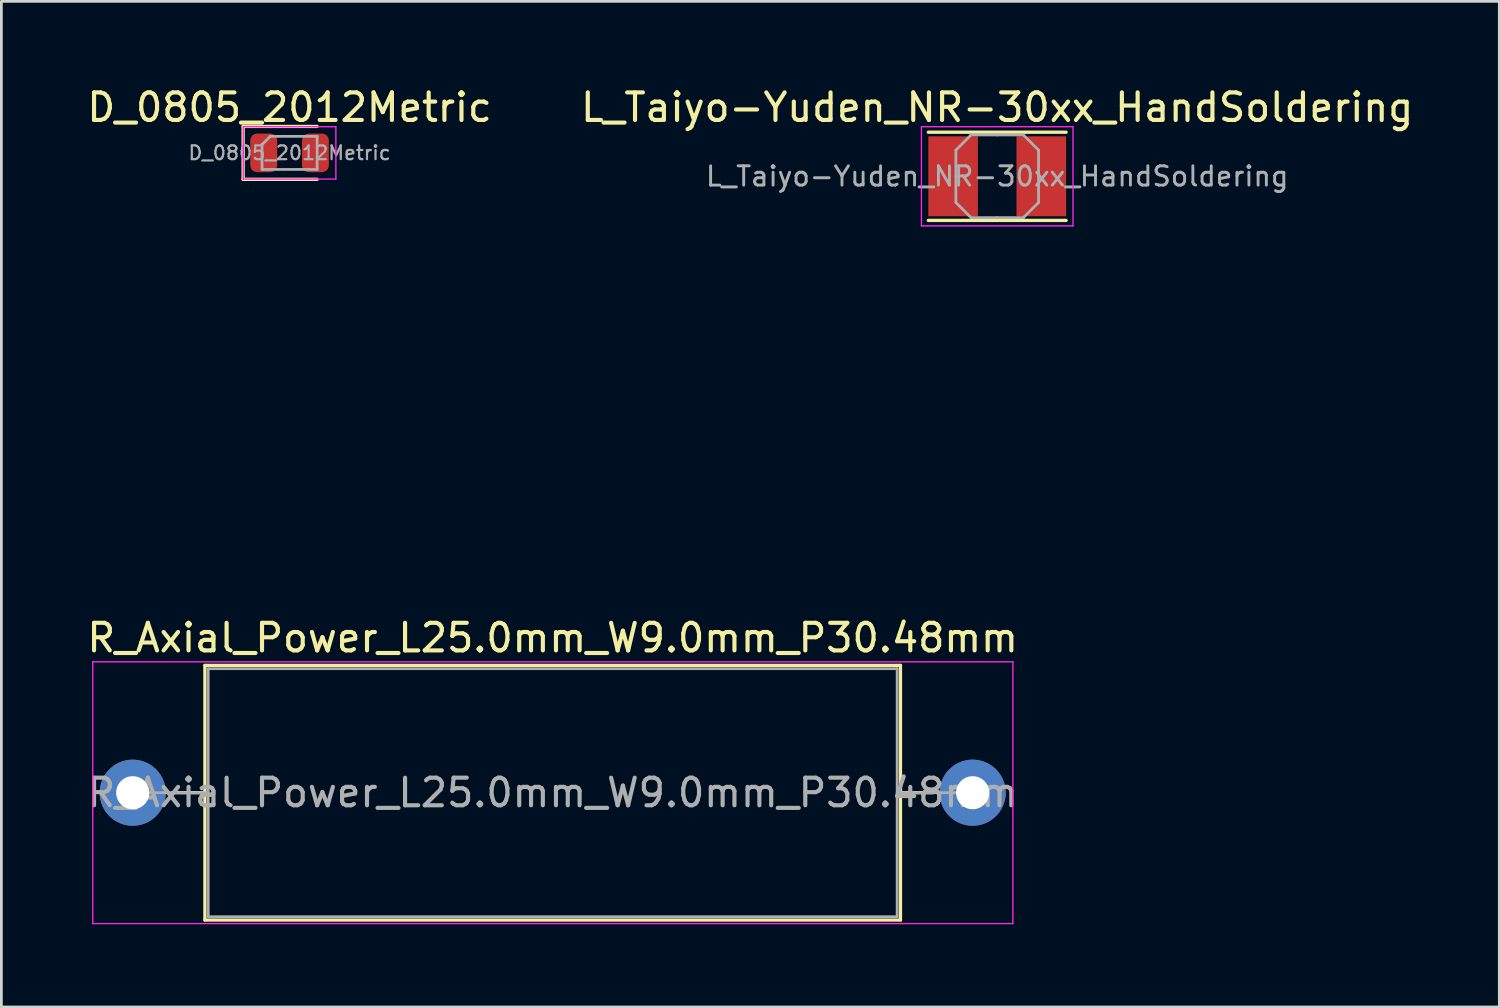
<source format=kicad_pcb>
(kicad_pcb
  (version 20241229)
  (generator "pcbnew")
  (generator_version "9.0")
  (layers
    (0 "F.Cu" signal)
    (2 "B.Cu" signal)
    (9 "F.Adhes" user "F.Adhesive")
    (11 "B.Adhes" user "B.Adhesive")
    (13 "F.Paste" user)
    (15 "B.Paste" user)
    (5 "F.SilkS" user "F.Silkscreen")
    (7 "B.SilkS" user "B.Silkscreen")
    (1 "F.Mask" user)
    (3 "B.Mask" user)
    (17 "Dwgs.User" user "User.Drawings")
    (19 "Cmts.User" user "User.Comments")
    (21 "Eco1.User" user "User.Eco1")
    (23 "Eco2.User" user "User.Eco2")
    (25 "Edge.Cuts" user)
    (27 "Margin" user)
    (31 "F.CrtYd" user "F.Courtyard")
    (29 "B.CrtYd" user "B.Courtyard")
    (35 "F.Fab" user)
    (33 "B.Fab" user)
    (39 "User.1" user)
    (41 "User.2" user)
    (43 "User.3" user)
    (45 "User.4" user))
  (footprint "R_Axial_Power_L25.0mm_W9.0mm_P30.48mm"
    (layer "F.Cu")
    (at 1.766 25.716)
    (property "Reference" "R_Axial_Power_L25.0mm_W9.0mm_P30.48mm" (at 15.24 -5.62 0) (layer "F.SilkS") (effects (font (size 1 1) (thickness 0.15))))
    (attr through_hole)
    (fp_line (start 1.44 0) (end 2.62 0) (stroke (width 0.12) (type solid)) (layer "F.SilkS"))
    (fp_line (start 2.62 -4.62) (end 2.62 4.62) (stroke (width 0.12) (type solid)) (layer "F.SilkS"))
    (fp_line (start 2.62 4.62) (end 27.86 4.62) (stroke (width 0.12) (type solid)) (layer "F.SilkS"))
    (fp_line (start 27.86 -4.62) (end 2.62 -4.62) (stroke (width 0.12) (type solid)) (layer "F.SilkS"))
    (fp_line (start 27.86 4.62) (end 27.86 -4.62) (stroke (width 0.12) (type solid)) (layer "F.SilkS"))
    (fp_line (start 29.04 0) (end 27.86 0) (stroke (width 0.12) (type solid)) (layer "F.SilkS"))
    (fp_line (start -1.45 -4.75) (end -1.45 4.75) (stroke (width 0.05) (type solid)) (layer "F.CrtYd"))
    (fp_line (start -1.45 4.75) (end 31.94 4.75) (stroke (width 0.05) (type solid)) (layer "F.CrtYd"))
    (fp_line (start 31.94 -4.75) (end -1.45 -4.75) (stroke (width 0.05) (type solid)) (layer "F.CrtYd"))
    (fp_line (start 31.94 4.75) (end 31.94 -4.75) (stroke (width 0.05) (type solid)) (layer "F.CrtYd"))
    (fp_line (start 0 0) (end 2.74 0) (stroke (width 0.1) (type solid)) (layer "F.Fab"))
    (fp_line (start 2.74 -4.5) (end 2.74 4.5) (stroke (width 0.1) (type solid)) (layer "F.Fab"))
    (fp_line (start 2.74 4.5) (end 27.74 4.5) (stroke (width 0.1) (type solid)) (layer "F.Fab"))
    (fp_line (start 27.74 -4.5) (end 2.74 -4.5) (stroke (width 0.1) (type solid)) (layer "F.Fab"))
    (fp_line (start 27.74 4.5) (end 27.74 -4.5) (stroke (width 0.1) (type solid)) (layer "F.Fab"))
    (fp_line (start 30.48 0) (end 27.74 0) (stroke (width 0.1) (type solid)) (layer "F.Fab"))
    (fp_text user "${REFERENCE}" (at 15.24 0 0) (layer "F.Fab") (effects (font (size 1 1) (thickness 0.15))))
    (pad "1" thru_hole circle (at 0 0) (size 2.4 2.4) (drill 1.2) (layers "*.Cu" "*.Mask"))
    (pad "2" thru_hole oval (at 30.48 0) (size 2.4 2.4) (drill 1.2) (layers "*.Cu" "*.Mask")))
  (footprint "D_0805_2012Metric"
    (layer "F.Cu")
    (at 7.458 15.998)
    (property "Reference" "D_0805_2012Metric" (at 0 -15.15 0) (layer "F.SilkS") (effects (font (size 1 1) (thickness 0.15))))
    (attr smd)
    (fp_line (start -1.685 -14.46) (end -1.685 -12.54) (stroke (width 0.12) (type solid)) (layer "F.SilkS"))
    (fp_line (start -1.685 -12.54) (end 1 -12.54) (stroke (width 0.12) (type solid)) (layer "F.SilkS"))
    (fp_line (start 1 -14.46) (end -1.685 -14.46) (stroke (width 0.12) (type solid)) (layer "F.SilkS"))
    (fp_line (start -1.68 -14.45) (end 1.68 -14.45) (stroke (width 0.05) (type solid)) (layer "F.CrtYd"))
    (fp_line (start -1.68 -12.55) (end -1.68 -14.45) (stroke (width 0.05) (type solid)) (layer "F.CrtYd"))
    (fp_line (start 1.68 -14.45) (end 1.68 -12.55) (stroke (width 0.05) (type solid)) (layer "F.CrtYd"))
    (fp_line (start 1.68 -12.55) (end -1.68 -12.55) (stroke (width 0.05) (type solid)) (layer "F.CrtYd"))
    (fp_line (start -1 -13.8) (end -1 -12.9) (stroke (width 0.1) (type solid)) (layer "F.Fab"))
    (fp_line (start -1 -12.9) (end 1 -12.9) (stroke (width 0.1) (type solid)) (layer "F.Fab"))
    (fp_line (start -0.7 -14.1) (end -1 -13.8) (stroke (width 0.1) (type solid)) (layer "F.Fab"))
    (fp_line (start 1 -14.1) (end -0.7 -14.1) (stroke (width 0.1) (type solid)) (layer "F.Fab"))
    (fp_line (start 1 -12.9) (end 1 -14.1) (stroke (width 0.1) (type solid)) (layer "F.Fab"))
    (fp_text user "${REFERENCE}" (at 0 -13.5 0) (layer "F.Fab") (effects (font (size 0.5 0.5) (thickness 0.08))))
    (pad "1" smd roundrect (at -0.938 -13.5) (size 0.975 1.4) (layers "F.Cu" "F.Mask" "F.Paste") (roundrect_rratio 0.25))
    (pad "2" smd roundrect (at 0.938 -13.5) (size 0.975 1.4) (layers "F.Cu" "F.Mask" "F.Paste") (roundrect_rratio 0.25)))
  (footprint "L_Taiyo-Yuden_NR-30xx_HandSoldering"
    (layer "F.Cu")
    (at 33.137 3.348)
    (property "Reference" "L_Taiyo-Yuden_NR-30xx_HandSoldering" (at 0 -2.5 0) (layer "F.SilkS") (effects (font (size 1 1) (thickness 0.15))))
    (attr smd)
    (fp_line (start -2.5 -1.6) (end 2.5 -1.6) (stroke (width 0.12) (type solid)) (layer "F.SilkS"))
    (fp_line (start -2.5 1.6) (end 2.5 1.6) (stroke (width 0.12) (type solid)) (layer "F.SilkS"))
    (fp_line (start -2.75 -1.8) (end -2.75 1.8) (stroke (width 0.05) (type solid)) (layer "F.CrtYd"))
    (fp_line (start -2.75 1.8) (end 2.75 1.8) (stroke (width 0.05) (type solid)) (layer "F.CrtYd"))
    (fp_line (start 2.75 -1.8) (end -2.75 -1.8) (stroke (width 0.05) (type solid)) (layer "F.CrtYd"))
    (fp_line (start 2.75 1.8) (end 2.75 -1.8) (stroke (width 0.05) (type solid)) (layer "F.CrtYd"))
    (fp_line (start -1.5 -0.95) (end -0.95 -1.5) (stroke (width 0.1) (type solid)) (layer "F.Fab"))
    (fp_line (start -1.5 0) (end -1.5 -0.95) (stroke (width 0.1) (type solid)) (layer "F.Fab"))
    (fp_line (start -1.5 0) (end -1.5 0.95) (stroke (width 0.1) (type solid)) (layer "F.Fab"))
    (fp_line (start -1.5 0.95) (end -0.95 1.5) (stroke (width 0.1) (type solid)) (layer "F.Fab"))
    (fp_line (start -0.95 -1.5) (end 0 -1.5) (stroke (width 0.1) (type solid)) (layer "F.Fab"))
    (fp_line (start -0.95 1.5) (end 0 1.5) (stroke (width 0.1) (type solid)) (layer "F.Fab"))
    (fp_line (start 0.95 -1.5) (end 0 -1.5) (stroke (width 0.1) (type solid)) (layer "F.Fab"))
    (fp_line (start 0.95 1.5) (end 0 1.5) (stroke (width 0.1) (type solid)) (layer "F.Fab"))
    (fp_line (start 1.5 -0.95) (end 0.95 -1.5) (stroke (width 0.1) (type solid)) (layer "F.Fab"))
    (fp_line (start 1.5 0) (end 1.5 -0.95) (stroke (width 0.1) (type solid)) (layer "F.Fab"))
    (fp_line (start 1.5 0) (end 1.5 0.95) (stroke (width 0.1) (type solid)) (layer "F.Fab"))
    (fp_line (start 1.5 0.95) (end 0.95 1.5) (stroke (width 0.1) (type solid)) (layer "F.Fab"))
    (fp_text user "${REFERENCE}" (at 0 0 0) (layer "F.Fab") (effects (font (size 0.7 0.7) (thickness 0.105))))
    (pad "1" smd rect (at -1.6 0) (size 1.8 2.9) (layers "F.Cu" "F.Mask" "F.Paste"))
    (pad "2" smd rect (at 1.6 0) (size 1.8 2.9) (layers "F.Cu" "F.Mask" "F.Paste")))
  (gr_rect
    (start -3 -3)
    (end 51.357 33.492)
    (stroke (width 0.1) (type default))
    (fill no)
    (layer "Edge.Cuts")))
</source>
